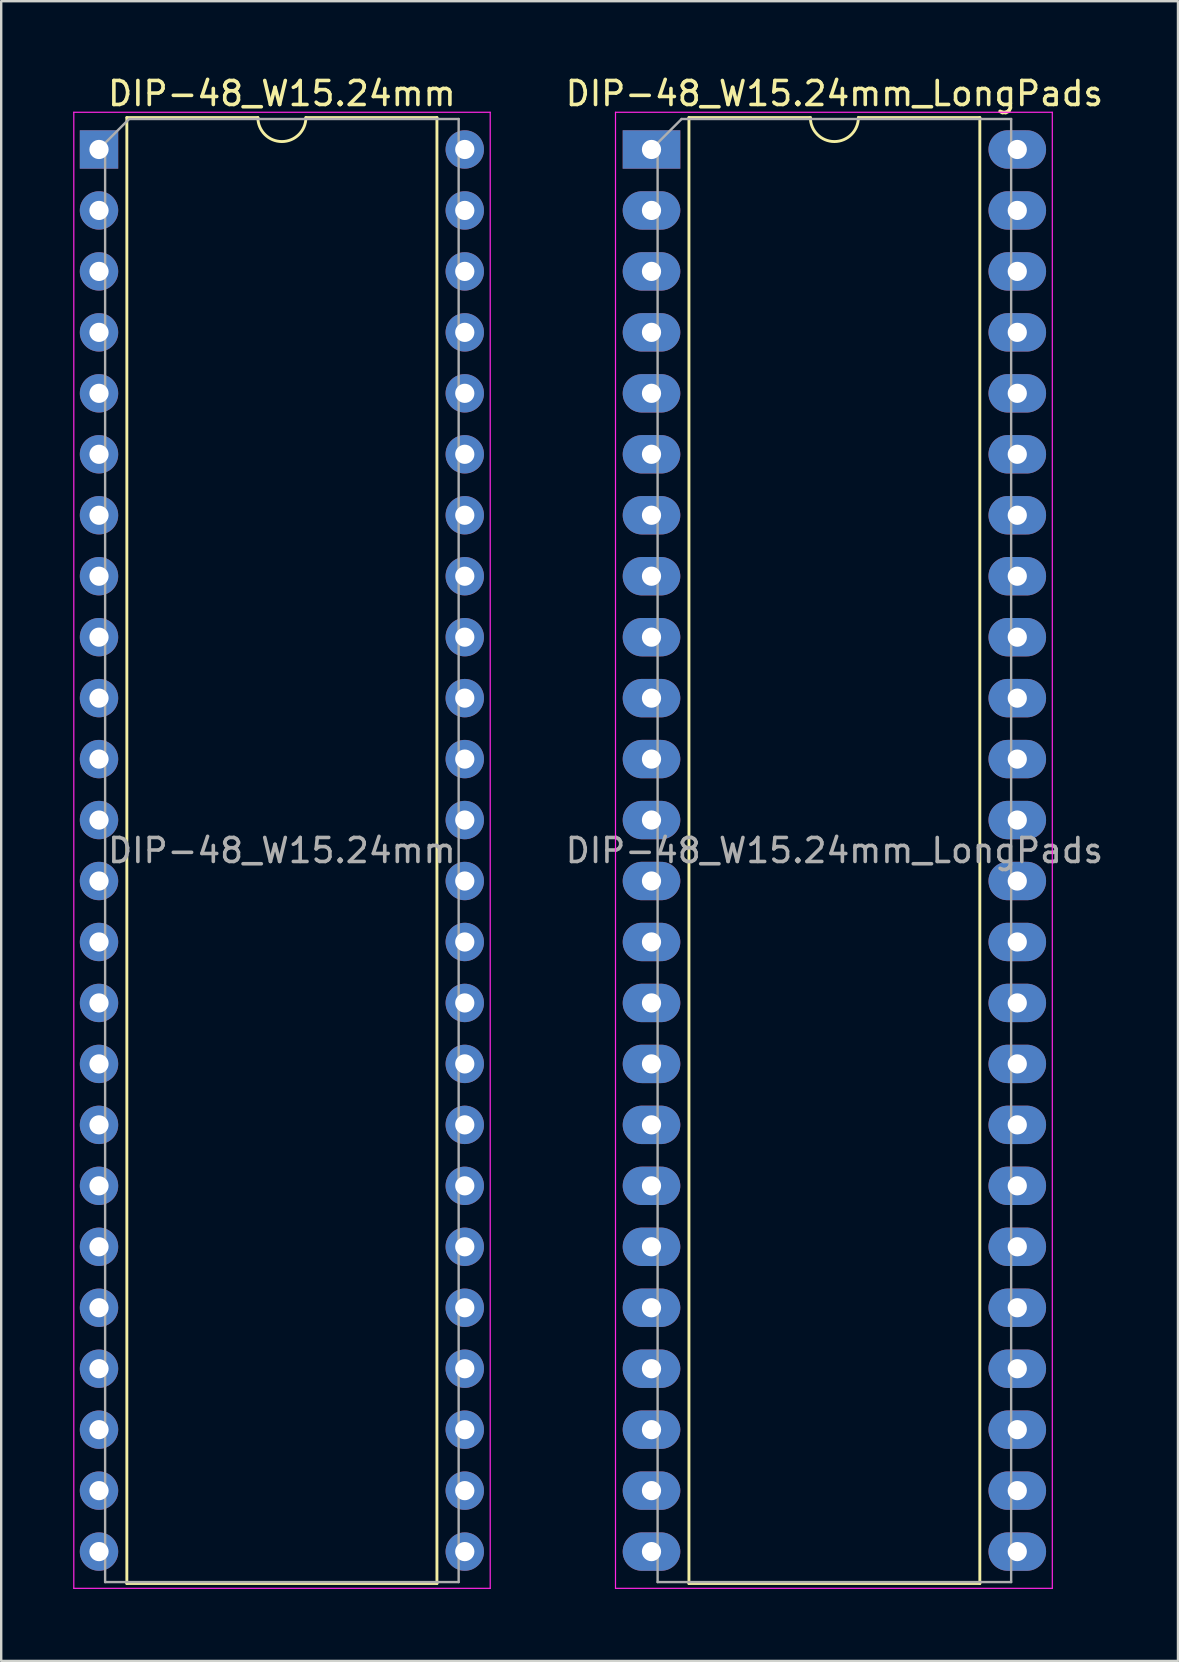
<source format=kicad_pcb>
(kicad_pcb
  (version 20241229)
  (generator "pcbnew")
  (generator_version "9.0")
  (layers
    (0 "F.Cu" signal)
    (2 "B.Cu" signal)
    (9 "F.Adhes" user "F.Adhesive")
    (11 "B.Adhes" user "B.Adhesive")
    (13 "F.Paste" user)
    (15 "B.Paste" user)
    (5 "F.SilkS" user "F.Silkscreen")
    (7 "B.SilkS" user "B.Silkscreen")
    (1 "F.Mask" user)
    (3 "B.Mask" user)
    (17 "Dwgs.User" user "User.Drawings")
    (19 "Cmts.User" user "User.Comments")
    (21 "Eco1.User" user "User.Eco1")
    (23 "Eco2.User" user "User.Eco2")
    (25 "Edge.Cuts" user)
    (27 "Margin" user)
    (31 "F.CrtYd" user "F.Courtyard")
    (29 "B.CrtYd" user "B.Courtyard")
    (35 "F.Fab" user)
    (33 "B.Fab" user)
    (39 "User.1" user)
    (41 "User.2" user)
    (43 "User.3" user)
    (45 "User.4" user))
  (footprint "DIP-48_W15.24mm_LongPads"
    (layer "F.Cu")
    (at 24.095 3.178)
    (property "Reference" "DIP-48_W15.24mm_LongPads" (at 7.62 -2.33 0) (layer "F.SilkS") (effects (font (size 1 1) (thickness 0.15))))
    (attr through_hole)
    (fp_line (start 1.56 -1.33) (end 1.56 59.75) (stroke (width 0.12) (type solid)) (layer "F.SilkS"))
    (fp_line (start 1.56 59.75) (end 13.68 59.75) (stroke (width 0.12) (type solid)) (layer "F.SilkS"))
    (fp_line (start 6.62 -1.33) (end 1.56 -1.33) (stroke (width 0.12) (type solid)) (layer "F.SilkS"))
    (fp_line (start 13.68 -1.33) (end 8.62 -1.33) (stroke (width 0.12) (type solid)) (layer "F.SilkS"))
    (fp_line (start 13.68 59.75) (end 13.68 -1.33) (stroke (width 0.12) (type solid)) (layer "F.SilkS"))
    (fp_arc (start 8.62 -1.33) (mid 7.62 -0.33) (end 6.62 -1.33) (stroke (width 0.12) (type solid)) (layer "F.SilkS"))
    (fp_line (start -1.5 -1.55) (end -1.5 59.95) (stroke (width 0.05) (type solid)) (layer "F.CrtYd"))
    (fp_line (start -1.5 59.95) (end 16.7 59.95) (stroke (width 0.05) (type solid)) (layer "F.CrtYd"))
    (fp_line (start 16.7 -1.55) (end -1.5 -1.55) (stroke (width 0.05) (type solid)) (layer "F.CrtYd"))
    (fp_line (start 16.7 59.95) (end 16.7 -1.55) (stroke (width 0.05) (type solid)) (layer "F.CrtYd"))
    (fp_line (start 0.255 -0.27) (end 1.255 -1.27) (stroke (width 0.1) (type solid)) (layer "F.Fab"))
    (fp_line (start 0.255 59.69) (end 0.255 -0.27) (stroke (width 0.1) (type solid)) (layer "F.Fab"))
    (fp_line (start 1.255 -1.27) (end 14.985 -1.27) (stroke (width 0.1) (type solid)) (layer "F.Fab"))
    (fp_line (start 14.985 -1.27) (end 14.985 59.69) (stroke (width 0.1) (type solid)) (layer "F.Fab"))
    (fp_line (start 14.985 59.69) (end 0.255 59.69) (stroke (width 0.1) (type solid)) (layer "F.Fab"))
    (fp_text user "${REFERENCE}" (at 7.62 29.21 0) (layer "F.Fab") (effects (font (size 1 1) (thickness 0.15))))
    (pad "1" thru_hole rect (at 0 0) (size 2.4 1.6) (drill 0.8) (layers "*.Cu" "*.Mask"))
    (pad "2" thru_hole oval (at 0 2.54) (size 2.4 1.6) (drill 0.8) (layers "*.Cu" "*.Mask"))
    (pad "3" thru_hole oval (at 0 5.08) (size 2.4 1.6) (drill 0.8) (layers "*.Cu" "*.Mask"))
    (pad "4" thru_hole oval (at 0 7.62) (size 2.4 1.6) (drill 0.8) (layers "*.Cu" "*.Mask"))
    (pad "5" thru_hole oval (at 0 10.16) (size 2.4 1.6) (drill 0.8) (layers "*.Cu" "*.Mask"))
    (pad "6" thru_hole oval (at 0 12.7) (size 2.4 1.6) (drill 0.8) (layers "*.Cu" "*.Mask"))
    (pad "7" thru_hole oval (at 0 15.24) (size 2.4 1.6) (drill 0.8) (layers "*.Cu" "*.Mask"))
    (pad "8" thru_hole oval (at 0 17.78) (size 2.4 1.6) (drill 0.8) (layers "*.Cu" "*.Mask"))
    (pad "9" thru_hole oval (at 0 20.32) (size 2.4 1.6) (drill 0.8) (layers "*.Cu" "*.Mask"))
    (pad "10" thru_hole oval (at 0 22.86) (size 2.4 1.6) (drill 0.8) (layers "*.Cu" "*.Mask"))
    (pad "11" thru_hole oval (at 0 25.4) (size 2.4 1.6) (drill 0.8) (layers "*.Cu" "*.Mask"))
    (pad "12" thru_hole oval (at 0 27.94) (size 2.4 1.6) (drill 0.8) (layers "*.Cu" "*.Mask"))
    (pad "13" thru_hole oval (at 0 30.48) (size 2.4 1.6) (drill 0.8) (layers "*.Cu" "*.Mask"))
    (pad "14" thru_hole oval (at 0 33.02) (size 2.4 1.6) (drill 0.8) (layers "*.Cu" "*.Mask"))
    (pad "15" thru_hole oval (at 0 35.56) (size 2.4 1.6) (drill 0.8) (layers "*.Cu" "*.Mask"))
    (pad "16" thru_hole oval (at 0 38.1) (size 2.4 1.6) (drill 0.8) (layers "*.Cu" "*.Mask"))
    (pad "17" thru_hole oval (at 0 40.64) (size 2.4 1.6) (drill 0.8) (layers "*.Cu" "*.Mask"))
    (pad "18" thru_hole oval (at 0 43.18) (size 2.4 1.6) (drill 0.8) (layers "*.Cu" "*.Mask"))
    (pad "19" thru_hole oval (at 0 45.72) (size 2.4 1.6) (drill 0.8) (layers "*.Cu" "*.Mask"))
    (pad "20" thru_hole oval (at 0 48.26) (size 2.4 1.6) (drill 0.8) (layers "*.Cu" "*.Mask"))
    (pad "21" thru_hole oval (at 0 50.8) (size 2.4 1.6) (drill 0.8) (layers "*.Cu" "*.Mask"))
    (pad "22" thru_hole oval (at 0 53.34) (size 2.4 1.6) (drill 0.8) (layers "*.Cu" "*.Mask"))
    (pad "23" thru_hole oval (at 0 55.88) (size 2.4 1.6) (drill 0.8) (layers "*.Cu" "*.Mask"))
    (pad "24" thru_hole oval (at 0 58.42) (size 2.4 1.6) (drill 0.8) (layers "*.Cu" "*.Mask"))
    (pad "25" thru_hole oval (at 15.24 58.42) (size 2.4 1.6) (drill 0.8) (layers "*.Cu" "*.Mask"))
    (pad "26" thru_hole oval (at 15.24 55.88) (size 2.4 1.6) (drill 0.8) (layers "*.Cu" "*.Mask"))
    (pad "27" thru_hole oval (at 15.24 53.34) (size 2.4 1.6) (drill 0.8) (layers "*.Cu" "*.Mask"))
    (pad "28" thru_hole oval (at 15.24 50.8) (size 2.4 1.6) (drill 0.8) (layers "*.Cu" "*.Mask"))
    (pad "29" thru_hole oval (at 15.24 48.26) (size 2.4 1.6) (drill 0.8) (layers "*.Cu" "*.Mask"))
    (pad "30" thru_hole oval (at 15.24 45.72) (size 2.4 1.6) (drill 0.8) (layers "*.Cu" "*.Mask"))
    (pad "31" thru_hole oval (at 15.24 43.18) (size 2.4 1.6) (drill 0.8) (layers "*.Cu" "*.Mask"))
    (pad "32" thru_hole oval (at 15.24 40.64) (size 2.4 1.6) (drill 0.8) (layers "*.Cu" "*.Mask"))
    (pad "33" thru_hole oval (at 15.24 38.1) (size 2.4 1.6) (drill 0.8) (layers "*.Cu" "*.Mask"))
    (pad "34" thru_hole oval (at 15.24 35.56) (size 2.4 1.6) (drill 0.8) (layers "*.Cu" "*.Mask"))
    (pad "35" thru_hole oval (at 15.24 33.02) (size 2.4 1.6) (drill 0.8) (layers "*.Cu" "*.Mask"))
    (pad "36" thru_hole oval (at 15.24 30.48) (size 2.4 1.6) (drill 0.8) (layers "*.Cu" "*.Mask"))
    (pad "37" thru_hole oval (at 15.24 27.94) (size 2.4 1.6) (drill 0.8) (layers "*.Cu" "*.Mask"))
    (pad "38" thru_hole oval (at 15.24 25.4) (size 2.4 1.6) (drill 0.8) (layers "*.Cu" "*.Mask"))
    (pad "39" thru_hole oval (at 15.24 22.86) (size 2.4 1.6) (drill 0.8) (layers "*.Cu" "*.Mask"))
    (pad "40" thru_hole oval (at 15.24 20.32) (size 2.4 1.6) (drill 0.8) (layers "*.Cu" "*.Mask"))
    (pad "41" thru_hole oval (at 15.24 17.78) (size 2.4 1.6) (drill 0.8) (layers "*.Cu" "*.Mask"))
    (pad "42" thru_hole oval (at 15.24 15.24) (size 2.4 1.6) (drill 0.8) (layers "*.Cu" "*.Mask"))
    (pad "43" thru_hole oval (at 15.24 12.7) (size 2.4 1.6) (drill 0.8) (layers "*.Cu" "*.Mask"))
    (pad "44" thru_hole oval (at 15.24 10.16) (size 2.4 1.6) (drill 0.8) (layers "*.Cu" "*.Mask"))
    (pad "45" thru_hole oval (at 15.24 7.62) (size 2.4 1.6) (drill 0.8) (layers "*.Cu" "*.Mask"))
    (pad "46" thru_hole oval (at 15.24 5.08) (size 2.4 1.6) (drill 0.8) (layers "*.Cu" "*.Mask"))
    (pad "47" thru_hole oval (at 15.24 2.54) (size 2.4 1.6) (drill 0.8) (layers "*.Cu" "*.Mask"))
    (pad "48" thru_hole oval (at 15.24 0) (size 2.4 1.6) (drill 0.8) (layers "*.Cu" "*.Mask")))
  (footprint "DIP-48_W15.24mm"
    (layer "F.Cu")
    (at 1.075 3.178)
    (property "Reference" "DIP-48_W15.24mm" (at 7.62 -2.33 0) (layer "F.SilkS") (effects (font (size 1 1) (thickness 0.15))))
    (attr through_hole)
    (fp_line (start 1.16 -1.33) (end 1.16 59.75) (stroke (width 0.12) (type solid)) (layer "F.SilkS"))
    (fp_line (start 1.16 59.75) (end 14.08 59.75) (stroke (width 0.12) (type solid)) (layer "F.SilkS"))
    (fp_line (start 6.62 -1.33) (end 1.16 -1.33) (stroke (width 0.12) (type solid)) (layer "F.SilkS"))
    (fp_line (start 14.08 -1.33) (end 8.62 -1.33) (stroke (width 0.12) (type solid)) (layer "F.SilkS"))
    (fp_line (start 14.08 59.75) (end 14.08 -1.33) (stroke (width 0.12) (type solid)) (layer "F.SilkS"))
    (fp_arc (start 8.62 -1.33) (mid 7.62 -0.33) (end 6.62 -1.33) (stroke (width 0.12) (type solid)) (layer "F.SilkS"))
    (fp_line (start -1.05 -1.55) (end -1.05 59.95) (stroke (width 0.05) (type solid)) (layer "F.CrtYd"))
    (fp_line (start -1.05 59.95) (end 16.3 59.95) (stroke (width 0.05) (type solid)) (layer "F.CrtYd"))
    (fp_line (start 16.3 -1.55) (end -1.05 -1.55) (stroke (width 0.05) (type solid)) (layer "F.CrtYd"))
    (fp_line (start 16.3 59.95) (end 16.3 -1.55) (stroke (width 0.05) (type solid)) (layer "F.CrtYd"))
    (fp_line (start 0.255 -0.27) (end 1.255 -1.27) (stroke (width 0.1) (type solid)) (layer "F.Fab"))
    (fp_line (start 0.255 59.69) (end 0.255 -0.27) (stroke (width 0.1) (type solid)) (layer "F.Fab"))
    (fp_line (start 1.255 -1.27) (end 14.985 -1.27) (stroke (width 0.1) (type solid)) (layer "F.Fab"))
    (fp_line (start 14.985 -1.27) (end 14.985 59.69) (stroke (width 0.1) (type solid)) (layer "F.Fab"))
    (fp_line (start 14.985 59.69) (end 0.255 59.69) (stroke (width 0.1) (type solid)) (layer "F.Fab"))
    (fp_text user "${REFERENCE}" (at 7.62 29.21 0) (layer "F.Fab") (effects (font (size 1 1) (thickness 0.15))))
    (pad "1" thru_hole rect (at 0 0) (size 1.6 1.6) (drill 0.8) (layers "*.Cu" "*.Mask"))
    (pad "2" thru_hole oval (at 0 2.54) (size 1.6 1.6) (drill 0.8) (layers "*.Cu" "*.Mask"))
    (pad "3" thru_hole oval (at 0 5.08) (size 1.6 1.6) (drill 0.8) (layers "*.Cu" "*.Mask"))
    (pad "4" thru_hole oval (at 0 7.62) (size 1.6 1.6) (drill 0.8) (layers "*.Cu" "*.Mask"))
    (pad "5" thru_hole oval (at 0 10.16) (size 1.6 1.6) (drill 0.8) (layers "*.Cu" "*.Mask"))
    (pad "6" thru_hole oval (at 0 12.7) (size 1.6 1.6) (drill 0.8) (layers "*.Cu" "*.Mask"))
    (pad "7" thru_hole oval (at 0 15.24) (size 1.6 1.6) (drill 0.8) (layers "*.Cu" "*.Mask"))
    (pad "8" thru_hole oval (at 0 17.78) (size 1.6 1.6) (drill 0.8) (layers "*.Cu" "*.Mask"))
    (pad "9" thru_hole oval (at 0 20.32) (size 1.6 1.6) (drill 0.8) (layers "*.Cu" "*.Mask"))
    (pad "10" thru_hole oval (at 0 22.86) (size 1.6 1.6) (drill 0.8) (layers "*.Cu" "*.Mask"))
    (pad "11" thru_hole oval (at 0 25.4) (size 1.6 1.6) (drill 0.8) (layers "*.Cu" "*.Mask"))
    (pad "12" thru_hole oval (at 0 27.94) (size 1.6 1.6) (drill 0.8) (layers "*.Cu" "*.Mask"))
    (pad "13" thru_hole oval (at 0 30.48) (size 1.6 1.6) (drill 0.8) (layers "*.Cu" "*.Mask"))
    (pad "14" thru_hole oval (at 0 33.02) (size 1.6 1.6) (drill 0.8) (layers "*.Cu" "*.Mask"))
    (pad "15" thru_hole oval (at 0 35.56) (size 1.6 1.6) (drill 0.8) (layers "*.Cu" "*.Mask"))
    (pad "16" thru_hole oval (at 0 38.1) (size 1.6 1.6) (drill 0.8) (layers "*.Cu" "*.Mask"))
    (pad "17" thru_hole oval (at 0 40.64) (size 1.6 1.6) (drill 0.8) (layers "*.Cu" "*.Mask"))
    (pad "18" thru_hole oval (at 0 43.18) (size 1.6 1.6) (drill 0.8) (layers "*.Cu" "*.Mask"))
    (pad "19" thru_hole oval (at 0 45.72) (size 1.6 1.6) (drill 0.8) (layers "*.Cu" "*.Mask"))
    (pad "20" thru_hole oval (at 0 48.26) (size 1.6 1.6) (drill 0.8) (layers "*.Cu" "*.Mask"))
    (pad "21" thru_hole oval (at 0 50.8) (size 1.6 1.6) (drill 0.8) (layers "*.Cu" "*.Mask"))
    (pad "22" thru_hole oval (at 0 53.34) (size 1.6 1.6) (drill 0.8) (layers "*.Cu" "*.Mask"))
    (pad "23" thru_hole oval (at 0 55.88) (size 1.6 1.6) (drill 0.8) (layers "*.Cu" "*.Mask"))
    (pad "24" thru_hole oval (at 0 58.42) (size 1.6 1.6) (drill 0.8) (layers "*.Cu" "*.Mask"))
    (pad "25" thru_hole oval (at 15.24 58.42) (size 1.6 1.6) (drill 0.8) (layers "*.Cu" "*.Mask"))
    (pad "26" thru_hole oval (at 15.24 55.88) (size 1.6 1.6) (drill 0.8) (layers "*.Cu" "*.Mask"))
    (pad "27" thru_hole oval (at 15.24 53.34) (size 1.6 1.6) (drill 0.8) (layers "*.Cu" "*.Mask"))
    (pad "28" thru_hole oval (at 15.24 50.8) (size 1.6 1.6) (drill 0.8) (layers "*.Cu" "*.Mask"))
    (pad "29" thru_hole oval (at 15.24 48.26) (size 1.6 1.6) (drill 0.8) (layers "*.Cu" "*.Mask"))
    (pad "30" thru_hole oval (at 15.24 45.72) (size 1.6 1.6) (drill 0.8) (layers "*.Cu" "*.Mask"))
    (pad "31" thru_hole oval (at 15.24 43.18) (size 1.6 1.6) (drill 0.8) (layers "*.Cu" "*.Mask"))
    (pad "32" thru_hole oval (at 15.24 40.64) (size 1.6 1.6) (drill 0.8) (layers "*.Cu" "*.Mask"))
    (pad "33" thru_hole oval (at 15.24 38.1) (size 1.6 1.6) (drill 0.8) (layers "*.Cu" "*.Mask"))
    (pad "34" thru_hole oval (at 15.24 35.56) (size 1.6 1.6) (drill 0.8) (layers "*.Cu" "*.Mask"))
    (pad "35" thru_hole oval (at 15.24 33.02) (size 1.6 1.6) (drill 0.8) (layers "*.Cu" "*.Mask"))
    (pad "36" thru_hole oval (at 15.24 30.48) (size 1.6 1.6) (drill 0.8) (layers "*.Cu" "*.Mask"))
    (pad "37" thru_hole oval (at 15.24 27.94) (size 1.6 1.6) (drill 0.8) (layers "*.Cu" "*.Mask"))
    (pad "38" thru_hole oval (at 15.24 25.4) (size 1.6 1.6) (drill 0.8) (layers "*.Cu" "*.Mask"))
    (pad "39" thru_hole oval (at 15.24 22.86) (size 1.6 1.6) (drill 0.8) (layers "*.Cu" "*.Mask"))
    (pad "40" thru_hole oval (at 15.24 20.32) (size 1.6 1.6) (drill 0.8) (layers "*.Cu" "*.Mask"))
    (pad "41" thru_hole oval (at 15.24 17.78) (size 1.6 1.6) (drill 0.8) (layers "*.Cu" "*.Mask"))
    (pad "42" thru_hole oval (at 15.24 15.24) (size 1.6 1.6) (drill 0.8) (layers "*.Cu" "*.Mask"))
    (pad "43" thru_hole oval (at 15.24 12.7) (size 1.6 1.6) (drill 0.8) (layers "*.Cu" "*.Mask"))
    (pad "44" thru_hole oval (at 15.24 10.16) (size 1.6 1.6) (drill 0.8) (layers "*.Cu" "*.Mask"))
    (pad "45" thru_hole oval (at 15.24 7.62) (size 1.6 1.6) (drill 0.8) (layers "*.Cu" "*.Mask"))
    (pad "46" thru_hole oval (at 15.24 5.08) (size 1.6 1.6) (drill 0.8) (layers "*.Cu" "*.Mask"))
    (pad "47" thru_hole oval (at 15.24 2.54) (size 1.6 1.6) (drill 0.8) (layers "*.Cu" "*.Mask"))
    (pad "48" thru_hole oval (at 15.24 0) (size 1.6 1.6) (drill 0.8) (layers "*.Cu" "*.Mask")))
  (gr_rect
    (start -3 -3)
    (end 46.031 66.153)
    (stroke (width 0.1) (type default))
    (fill no)
    (layer "Edge.Cuts")))
</source>
